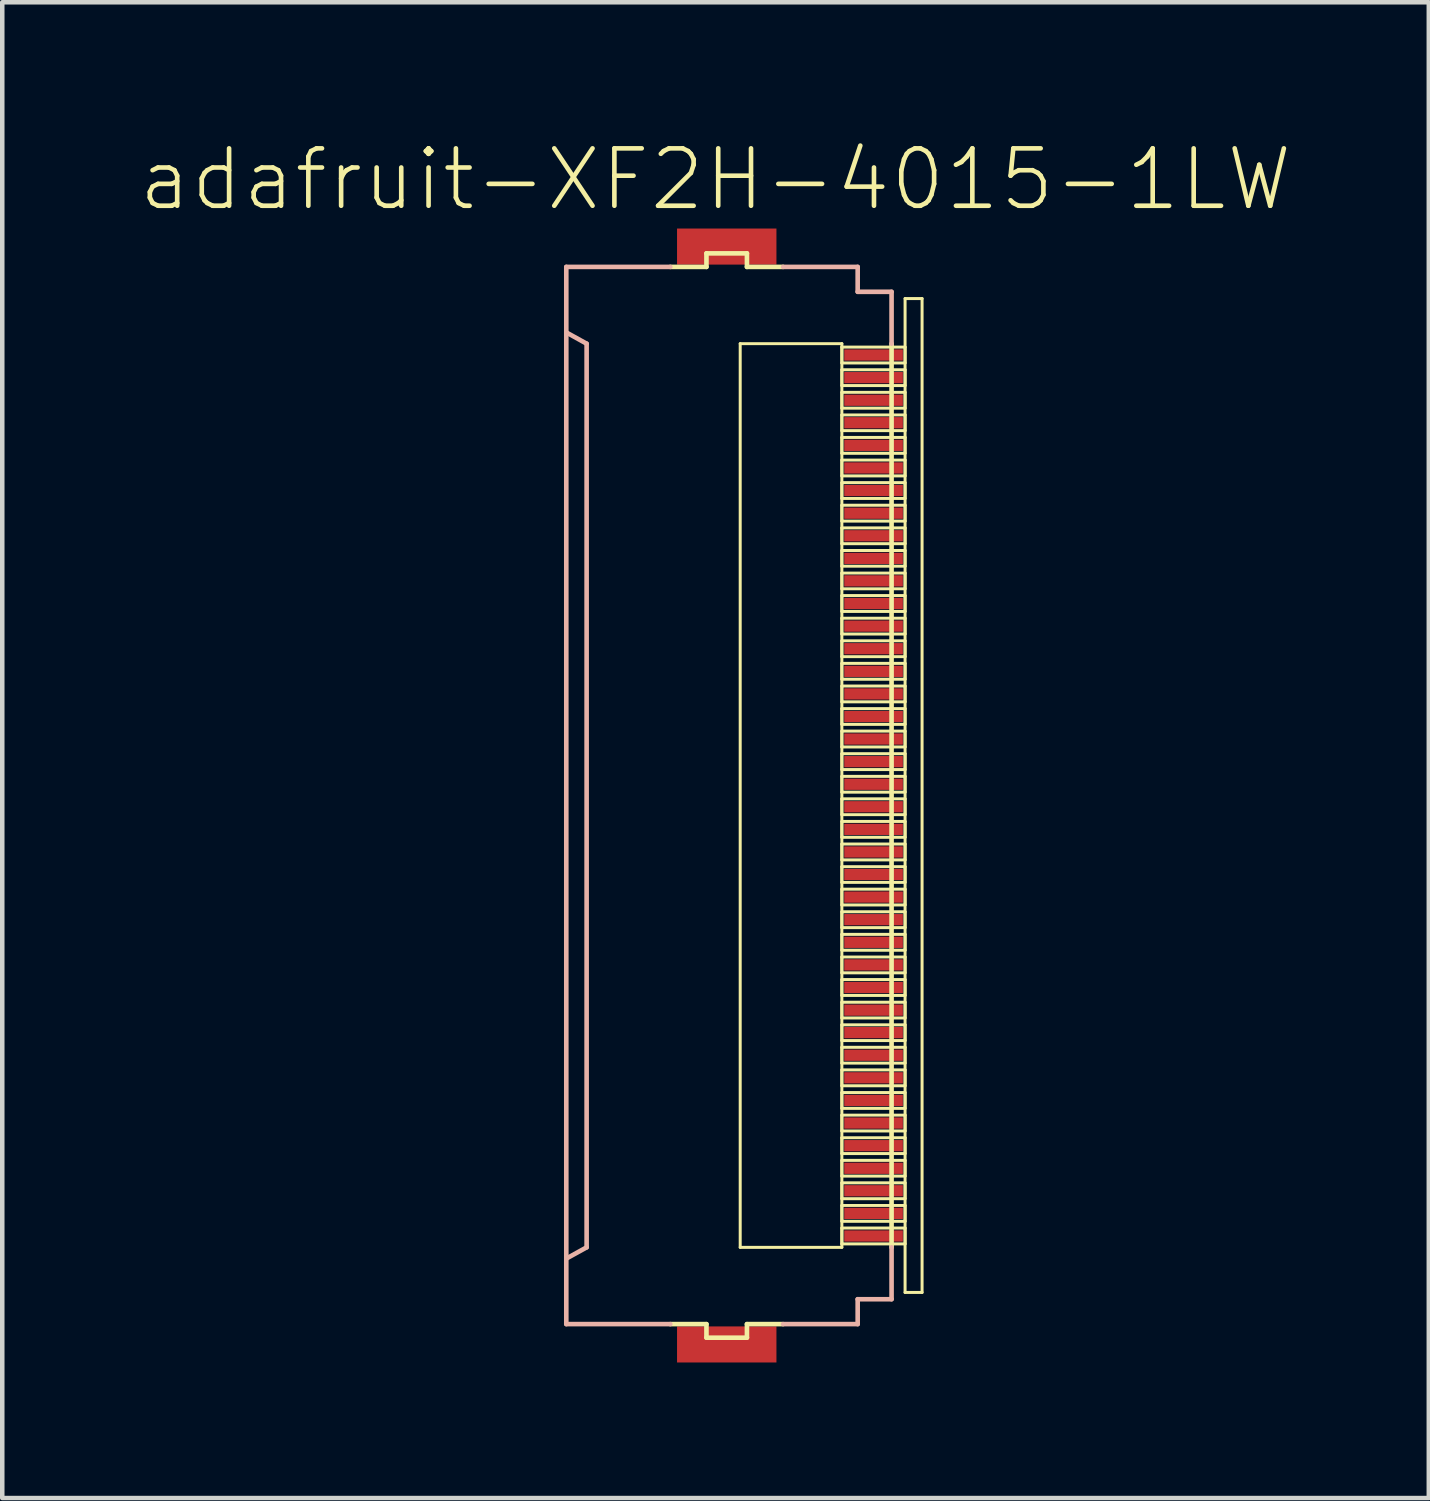
<source format=kicad_pcb>
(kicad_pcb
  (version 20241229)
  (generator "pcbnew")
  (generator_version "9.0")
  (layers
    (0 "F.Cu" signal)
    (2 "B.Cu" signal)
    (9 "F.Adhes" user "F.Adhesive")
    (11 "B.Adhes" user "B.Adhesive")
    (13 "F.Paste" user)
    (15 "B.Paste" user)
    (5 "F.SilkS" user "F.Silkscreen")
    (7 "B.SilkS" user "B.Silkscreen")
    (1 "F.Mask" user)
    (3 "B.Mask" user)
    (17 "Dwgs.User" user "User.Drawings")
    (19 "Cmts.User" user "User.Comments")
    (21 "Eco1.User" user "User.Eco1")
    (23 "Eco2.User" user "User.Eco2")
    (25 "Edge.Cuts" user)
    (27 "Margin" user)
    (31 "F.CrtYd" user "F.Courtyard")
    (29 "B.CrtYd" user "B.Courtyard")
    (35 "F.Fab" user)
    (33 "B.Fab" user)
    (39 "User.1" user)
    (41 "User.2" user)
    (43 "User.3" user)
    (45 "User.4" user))
  (footprint "adafruit-XF2H-4015-1LW"
    (layer "F.Cu")
    (at 13.108 14.556)
    (property "Reference" "adafruit-XF2H-4015-1LW" (at -0.323 -13.635 0) (layer "F.SilkS") (effects (font (size 1.27 1.27) (thickness 0.102))))
    (attr smd)
    (fp_line (start -1.323 -11.699) (end -0.523 -11.699) (stroke (width 0.102) (type solid)) (layer "F.SilkS"))
    (fp_line (start -0.523 -11.999) (end 0.373 -11.999) (stroke (width 0.102) (type solid)) (layer "F.SilkS"))
    (fp_line (start -0.523 -11.699) (end -0.523 -11.999) (stroke (width 0.102) (type solid)) (layer "F.SilkS"))
    (fp_line (start -0.523 11.699) (end -1.323 11.699) (stroke (width 0.102) (type solid)) (layer "F.SilkS"))
    (fp_line (start -0.523 11.999) (end -0.523 11.699) (stroke (width 0.102) (type solid)) (layer "F.SilkS"))
    (fp_line (start 0.224 -10) (end 2.474 -10) (stroke (width 0.066) (type solid)) (layer "F.SilkS"))
    (fp_line (start 0.224 10) (end 0.224 -10) (stroke (width 0.066) (type solid)) (layer "F.SilkS"))
    (fp_line (start 0.224 10) (end 2.474 10) (stroke (width 0.066) (type solid)) (layer "F.SilkS"))
    (fp_line (start 0.373 -11.999) (end 0.373 -11.699) (stroke (width 0.102) (type solid)) (layer "F.SilkS"))
    (fp_line (start 0.373 -11.699) (end 1.173 -11.699) (stroke (width 0.102) (type solid)) (layer "F.SilkS"))
    (fp_line (start 0.373 11.699) (end 0.373 11.999) (stroke (width 0.102) (type solid)) (layer "F.SilkS"))
    (fp_line (start 0.373 11.999) (end -0.523 11.999) (stroke (width 0.102) (type solid)) (layer "F.SilkS"))
    (fp_line (start 1.173 11.699) (end 0.373 11.699) (stroke (width 0.102) (type solid)) (layer "F.SilkS"))
    (fp_line (start 2.474 -9.924) (end 3.873 -9.924) (stroke (width 0.066) (type solid)) (layer "F.SilkS"))
    (fp_line (start 2.474 -9.573) (end 2.474 -9.924) (stroke (width 0.066) (type solid)) (layer "F.SilkS"))
    (fp_line (start 2.474 -9.573) (end 3.873 -9.573) (stroke (width 0.066) (type solid)) (layer "F.SilkS"))
    (fp_line (start 2.474 -9.423) (end 3.873 -9.423) (stroke (width 0.066) (type solid)) (layer "F.SilkS"))
    (fp_line (start 2.474 -9.073) (end 2.474 -9.423) (stroke (width 0.066) (type solid)) (layer "F.SilkS"))
    (fp_line (start 2.474 -9.073) (end 3.873 -9.073) (stroke (width 0.066) (type solid)) (layer "F.SilkS"))
    (fp_line (start 2.474 -8.923) (end 3.873 -8.923) (stroke (width 0.066) (type solid)) (layer "F.SilkS"))
    (fp_line (start 2.474 -8.572) (end 2.474 -8.923) (stroke (width 0.066) (type solid)) (layer "F.SilkS"))
    (fp_line (start 2.474 -8.572) (end 3.873 -8.572) (stroke (width 0.066) (type solid)) (layer "F.SilkS"))
    (fp_line (start 2.474 -8.423) (end 3.873 -8.423) (stroke (width 0.066) (type solid)) (layer "F.SilkS"))
    (fp_line (start 2.474 -8.075) (end 2.474 -8.423) (stroke (width 0.066) (type solid)) (layer "F.SilkS"))
    (fp_line (start 2.474 -8.075) (end 3.873 -8.075) (stroke (width 0.066) (type solid)) (layer "F.SilkS"))
    (fp_line (start 2.474 -7.925) (end 3.873 -7.925) (stroke (width 0.066) (type solid)) (layer "F.SilkS"))
    (fp_line (start 2.474 -7.574) (end 2.474 -7.925) (stroke (width 0.066) (type solid)) (layer "F.SilkS"))
    (fp_line (start 2.474 -7.574) (end 3.873 -7.574) (stroke (width 0.066) (type solid)) (layer "F.SilkS"))
    (fp_line (start 2.474 -7.424) (end 3.873 -7.424) (stroke (width 0.066) (type solid)) (layer "F.SilkS"))
    (fp_line (start 2.474 -7.074) (end 2.474 -7.424) (stroke (width 0.066) (type solid)) (layer "F.SilkS"))
    (fp_line (start 2.474 -7.074) (end 3.873 -7.074) (stroke (width 0.066) (type solid)) (layer "F.SilkS"))
    (fp_line (start 2.474 -6.924) (end 3.873 -6.924) (stroke (width 0.066) (type solid)) (layer "F.SilkS"))
    (fp_line (start 2.474 -6.574) (end 2.474 -6.924) (stroke (width 0.066) (type solid)) (layer "F.SilkS"))
    (fp_line (start 2.474 -6.574) (end 3.873 -6.574) (stroke (width 0.066) (type solid)) (layer "F.SilkS"))
    (fp_line (start 2.474 -6.424) (end 3.873 -6.424) (stroke (width 0.066) (type solid)) (layer "F.SilkS"))
    (fp_line (start 2.474 -6.073) (end 2.474 -6.424) (stroke (width 0.066) (type solid)) (layer "F.SilkS"))
    (fp_line (start 2.474 -6.073) (end 3.873 -6.073) (stroke (width 0.066) (type solid)) (layer "F.SilkS"))
    (fp_line (start 2.474 -5.923) (end 3.873 -5.923) (stroke (width 0.066) (type solid)) (layer "F.SilkS"))
    (fp_line (start 2.474 -5.573) (end 2.474 -5.923) (stroke (width 0.066) (type solid)) (layer "F.SilkS"))
    (fp_line (start 2.474 -5.573) (end 3.873 -5.573) (stroke (width 0.066) (type solid)) (layer "F.SilkS"))
    (fp_line (start 2.474 -5.423) (end 3.873 -5.423) (stroke (width 0.066) (type solid)) (layer "F.SilkS"))
    (fp_line (start 2.474 -5.075) (end 2.474 -5.423) (stroke (width 0.066) (type solid)) (layer "F.SilkS"))
    (fp_line (start 2.474 -5.075) (end 3.873 -5.075) (stroke (width 0.066) (type solid)) (layer "F.SilkS"))
    (fp_line (start 2.474 -4.923) (end 3.873 -4.923) (stroke (width 0.066) (type solid)) (layer "F.SilkS"))
    (fp_line (start 2.474 -4.575) (end 2.474 -4.923) (stroke (width 0.066) (type solid)) (layer "F.SilkS"))
    (fp_line (start 2.474 -4.575) (end 3.873 -4.575) (stroke (width 0.066) (type solid)) (layer "F.SilkS"))
    (fp_line (start 2.474 -4.425) (end 3.873 -4.425) (stroke (width 0.066) (type solid)) (layer "F.SilkS"))
    (fp_line (start 2.474 -4.074) (end 2.474 -4.425) (stroke (width 0.066) (type solid)) (layer "F.SilkS"))
    (fp_line (start 2.474 -4.074) (end 3.873 -4.074) (stroke (width 0.066) (type solid)) (layer "F.SilkS"))
    (fp_line (start 2.474 -3.924) (end 3.873 -3.924) (stroke (width 0.066) (type solid)) (layer "F.SilkS"))
    (fp_line (start 2.474 -3.574) (end 2.474 -3.924) (stroke (width 0.066) (type solid)) (layer "F.SilkS"))
    (fp_line (start 2.474 -3.574) (end 3.873 -3.574) (stroke (width 0.066) (type solid)) (layer "F.SilkS"))
    (fp_line (start 2.474 -3.424) (end 3.873 -3.424) (stroke (width 0.066) (type solid)) (layer "F.SilkS"))
    (fp_line (start 2.474 -3.073) (end 2.474 -3.424) (stroke (width 0.066) (type solid)) (layer "F.SilkS"))
    (fp_line (start 2.474 -3.073) (end 3.873 -3.073) (stroke (width 0.066) (type solid)) (layer "F.SilkS"))
    (fp_line (start 2.474 -2.924) (end 3.873 -2.924) (stroke (width 0.066) (type solid)) (layer "F.SilkS"))
    (fp_line (start 2.474 -2.573) (end 2.474 -2.924) (stroke (width 0.066) (type solid)) (layer "F.SilkS"))
    (fp_line (start 2.474 -2.573) (end 3.873 -2.573) (stroke (width 0.066) (type solid)) (layer "F.SilkS"))
    (fp_line (start 2.474 -2.423) (end 3.873 -2.423) (stroke (width 0.066) (type solid)) (layer "F.SilkS"))
    (fp_line (start 2.474 -2.073) (end 2.474 -2.423) (stroke (width 0.066) (type solid)) (layer "F.SilkS"))
    (fp_line (start 2.474 -2.073) (end 3.873 -2.073) (stroke (width 0.066) (type solid)) (layer "F.SilkS"))
    (fp_line (start 2.474 -1.923) (end 3.873 -1.923) (stroke (width 0.066) (type solid)) (layer "F.SilkS"))
    (fp_line (start 2.474 -1.575) (end 2.474 -1.923) (stroke (width 0.066) (type solid)) (layer "F.SilkS"))
    (fp_line (start 2.474 -1.575) (end 3.873 -1.575) (stroke (width 0.066) (type solid)) (layer "F.SilkS"))
    (fp_line (start 2.474 -1.425) (end 3.873 -1.425) (stroke (width 0.066) (type solid)) (layer "F.SilkS"))
    (fp_line (start 2.474 -1.074) (end 2.474 -1.425) (stroke (width 0.066) (type solid)) (layer "F.SilkS"))
    (fp_line (start 2.474 -1.074) (end 3.873 -1.074) (stroke (width 0.066) (type solid)) (layer "F.SilkS"))
    (fp_line (start 2.474 -0.925) (end 3.873 -0.925) (stroke (width 0.066) (type solid)) (layer "F.SilkS"))
    (fp_line (start 2.474 -0.574) (end 2.474 -0.925) (stroke (width 0.066) (type solid)) (layer "F.SilkS"))
    (fp_line (start 2.474 -0.574) (end 3.873 -0.574) (stroke (width 0.066) (type solid)) (layer "F.SilkS"))
    (fp_line (start 2.474 -0.424) (end 3.873 -0.424) (stroke (width 0.066) (type solid)) (layer "F.SilkS"))
    (fp_line (start 2.474 -0.074) (end 2.474 -0.424) (stroke (width 0.066) (type solid)) (layer "F.SilkS"))
    (fp_line (start 2.474 -0.074) (end 3.873 -0.074) (stroke (width 0.066) (type solid)) (layer "F.SilkS"))
    (fp_line (start 2.474 0.074) (end 3.873 0.074) (stroke (width 0.066) (type solid)) (layer "F.SilkS"))
    (fp_line (start 2.474 0.424) (end 2.474 0.074) (stroke (width 0.066) (type solid)) (layer "F.SilkS"))
    (fp_line (start 2.474 0.424) (end 3.873 0.424) (stroke (width 0.066) (type solid)) (layer "F.SilkS"))
    (fp_line (start 2.474 0.574) (end 3.873 0.574) (stroke (width 0.066) (type solid)) (layer "F.SilkS"))
    (fp_line (start 2.474 0.925) (end 2.474 0.574) (stroke (width 0.066) (type solid)) (layer "F.SilkS"))
    (fp_line (start 2.474 0.925) (end 3.873 0.925) (stroke (width 0.066) (type solid)) (layer "F.SilkS"))
    (fp_line (start 2.474 1.074) (end 3.873 1.074) (stroke (width 0.066) (type solid)) (layer "F.SilkS"))
    (fp_line (start 2.474 1.425) (end 2.474 1.074) (stroke (width 0.066) (type solid)) (layer "F.SilkS"))
    (fp_line (start 2.474 1.425) (end 3.873 1.425) (stroke (width 0.066) (type solid)) (layer "F.SilkS"))
    (fp_line (start 2.474 1.575) (end 3.873 1.575) (stroke (width 0.066) (type solid)) (layer "F.SilkS"))
    (fp_line (start 2.474 1.923) (end 2.474 1.575) (stroke (width 0.066) (type solid)) (layer "F.SilkS"))
    (fp_line (start 2.474 1.923) (end 3.873 1.923) (stroke (width 0.066) (type solid)) (layer "F.SilkS"))
    (fp_line (start 2.474 2.073) (end 3.873 2.073) (stroke (width 0.066) (type solid)) (layer "F.SilkS"))
    (fp_line (start 2.474 2.423) (end 2.474 2.073) (stroke (width 0.066) (type solid)) (layer "F.SilkS"))
    (fp_line (start 2.474 2.423) (end 3.873 2.423) (stroke (width 0.066) (type solid)) (layer "F.SilkS"))
    (fp_line (start 2.474 2.573) (end 3.873 2.573) (stroke (width 0.066) (type solid)) (layer "F.SilkS"))
    (fp_line (start 2.474 2.924) (end 2.474 2.573) (stroke (width 0.066) (type solid)) (layer "F.SilkS"))
    (fp_line (start 2.474 2.924) (end 3.873 2.924) (stroke (width 0.066) (type solid)) (layer "F.SilkS"))
    (fp_line (start 2.474 3.073) (end 3.873 3.073) (stroke (width 0.066) (type solid)) (layer "F.SilkS"))
    (fp_line (start 2.474 3.424) (end 2.474 3.073) (stroke (width 0.066) (type solid)) (layer "F.SilkS"))
    (fp_line (start 2.474 3.424) (end 3.873 3.424) (stroke (width 0.066) (type solid)) (layer "F.SilkS"))
    (fp_line (start 2.474 3.574) (end 3.873 3.574) (stroke (width 0.066) (type solid)) (layer "F.SilkS"))
    (fp_line (start 2.474 3.924) (end 2.474 3.574) (stroke (width 0.066) (type solid)) (layer "F.SilkS"))
    (fp_line (start 2.474 3.924) (end 3.873 3.924) (stroke (width 0.066) (type solid)) (layer "F.SilkS"))
    (fp_line (start 2.474 4.074) (end 3.873 4.074) (stroke (width 0.066) (type solid)) (layer "F.SilkS"))
    (fp_line (start 2.474 4.425) (end 2.474 4.074) (stroke (width 0.066) (type solid)) (layer "F.SilkS"))
    (fp_line (start 2.474 4.425) (end 3.873 4.425) (stroke (width 0.066) (type solid)) (layer "F.SilkS"))
    (fp_line (start 2.474 4.575) (end 3.873 4.575) (stroke (width 0.066) (type solid)) (layer "F.SilkS"))
    (fp_line (start 2.474 4.923) (end 2.474 4.575) (stroke (width 0.066) (type solid)) (layer "F.SilkS"))
    (fp_line (start 2.474 4.923) (end 3.873 4.923) (stroke (width 0.066) (type solid)) (layer "F.SilkS"))
    (fp_line (start 2.474 5.075) (end 3.873 5.075) (stroke (width 0.066) (type solid)) (layer "F.SilkS"))
    (fp_line (start 2.474 5.423) (end 2.474 5.075) (stroke (width 0.066) (type solid)) (layer "F.SilkS"))
    (fp_line (start 2.474 5.423) (end 3.873 5.423) (stroke (width 0.066) (type solid)) (layer "F.SilkS"))
    (fp_line (start 2.474 5.573) (end 3.873 5.573) (stroke (width 0.066) (type solid)) (layer "F.SilkS"))
    (fp_line (start 2.474 5.923) (end 2.474 5.573) (stroke (width 0.066) (type solid)) (layer "F.SilkS"))
    (fp_line (start 2.474 5.923) (end 3.873 5.923) (stroke (width 0.066) (type solid)) (layer "F.SilkS"))
    (fp_line (start 2.474 6.073) (end 3.873 6.073) (stroke (width 0.066) (type solid)) (layer "F.SilkS"))
    (fp_line (start 2.474 6.424) (end 2.474 6.073) (stroke (width 0.066) (type solid)) (layer "F.SilkS"))
    (fp_line (start 2.474 6.424) (end 3.873 6.424) (stroke (width 0.066) (type solid)) (layer "F.SilkS"))
    (fp_line (start 2.474 6.574) (end 3.873 6.574) (stroke (width 0.066) (type solid)) (layer "F.SilkS"))
    (fp_line (start 2.474 6.924) (end 2.474 6.574) (stroke (width 0.066) (type solid)) (layer "F.SilkS"))
    (fp_line (start 2.474 6.924) (end 3.873 6.924) (stroke (width 0.066) (type solid)) (layer "F.SilkS"))
    (fp_line (start 2.474 7.074) (end 3.873 7.074) (stroke (width 0.066) (type solid)) (layer "F.SilkS"))
    (fp_line (start 2.474 7.424) (end 2.474 7.074) (stroke (width 0.066) (type solid)) (layer "F.SilkS"))
    (fp_line (start 2.474 7.424) (end 3.873 7.424) (stroke (width 0.066) (type solid)) (layer "F.SilkS"))
    (fp_line (start 2.474 7.574) (end 3.873 7.574) (stroke (width 0.066) (type solid)) (layer "F.SilkS"))
    (fp_line (start 2.474 7.925) (end 2.474 7.574) (stroke (width 0.066) (type solid)) (layer "F.SilkS"))
    (fp_line (start 2.474 7.925) (end 3.873 7.925) (stroke (width 0.066) (type solid)) (layer "F.SilkS"))
    (fp_line (start 2.474 8.075) (end 3.873 8.075) (stroke (width 0.066) (type solid)) (layer "F.SilkS"))
    (fp_line (start 2.474 8.423) (end 2.474 8.075) (stroke (width 0.066) (type solid)) (layer "F.SilkS"))
    (fp_line (start 2.474 8.423) (end 3.873 8.423) (stroke (width 0.066) (type solid)) (layer "F.SilkS"))
    (fp_line (start 2.474 8.572) (end 3.873 8.572) (stroke (width 0.066) (type solid)) (layer "F.SilkS"))
    (fp_line (start 2.474 8.923) (end 2.474 8.572) (stroke (width 0.066) (type solid)) (layer "F.SilkS"))
    (fp_line (start 2.474 8.923) (end 3.873 8.923) (stroke (width 0.066) (type solid)) (layer "F.SilkS"))
    (fp_line (start 2.474 9.073) (end 3.873 9.073) (stroke (width 0.066) (type solid)) (layer "F.SilkS"))
    (fp_line (start 2.474 9.423) (end 2.474 9.073) (stroke (width 0.066) (type solid)) (layer "F.SilkS"))
    (fp_line (start 2.474 9.423) (end 3.873 9.423) (stroke (width 0.066) (type solid)) (layer "F.SilkS"))
    (fp_line (start 2.474 9.573) (end 3.873 9.573) (stroke (width 0.066) (type solid)) (layer "F.SilkS"))
    (fp_line (start 2.474 9.924) (end 2.474 9.573) (stroke (width 0.066) (type solid)) (layer "F.SilkS"))
    (fp_line (start 2.474 9.924) (end 3.873 9.924) (stroke (width 0.066) (type solid)) (layer "F.SilkS"))
    (fp_line (start 2.474 10) (end 2.474 -10) (stroke (width 0.066) (type solid)) (layer "F.SilkS"))
    (fp_line (start 3.574 -10) (end 3.574 10) (stroke (width 0.102) (type solid)) (layer "F.SilkS"))
    (fp_line (start 3.873 -10.998) (end 4.249 -10.998) (stroke (width 0.066) (type solid)) (layer "F.SilkS"))
    (fp_line (start 3.873 -9.573) (end 3.873 -9.924) (stroke (width 0.066) (type solid)) (layer "F.SilkS"))
    (fp_line (start 3.873 -9.073) (end 3.873 -9.423) (stroke (width 0.066) (type solid)) (layer "F.SilkS"))
    (fp_line (start 3.873 -8.572) (end 3.873 -8.923) (stroke (width 0.066) (type solid)) (layer "F.SilkS"))
    (fp_line (start 3.873 -8.075) (end 3.873 -8.423) (stroke (width 0.066) (type solid)) (layer "F.SilkS"))
    (fp_line (start 3.873 -7.574) (end 3.873 -7.925) (stroke (width 0.066) (type solid)) (layer "F.SilkS"))
    (fp_line (start 3.873 -7.074) (end 3.873 -7.424) (stroke (width 0.066) (type solid)) (layer "F.SilkS"))
    (fp_line (start 3.873 -6.574) (end 3.873 -6.924) (stroke (width 0.066) (type solid)) (layer "F.SilkS"))
    (fp_line (start 3.873 -6.073) (end 3.873 -6.424) (stroke (width 0.066) (type solid)) (layer "F.SilkS"))
    (fp_line (start 3.873 -5.573) (end 3.873 -5.923) (stroke (width 0.066) (type solid)) (layer "F.SilkS"))
    (fp_line (start 3.873 -5.075) (end 3.873 -5.423) (stroke (width 0.066) (type solid)) (layer "F.SilkS"))
    (fp_line (start 3.873 -4.575) (end 3.873 -4.923) (stroke (width 0.066) (type solid)) (layer "F.SilkS"))
    (fp_line (start 3.873 -4.074) (end 3.873 -4.425) (stroke (width 0.066) (type solid)) (layer "F.SilkS"))
    (fp_line (start 3.873 -3.574) (end 3.873 -3.924) (stroke (width 0.066) (type solid)) (layer "F.SilkS"))
    (fp_line (start 3.873 -3.073) (end 3.873 -3.424) (stroke (width 0.066) (type solid)) (layer "F.SilkS"))
    (fp_line (start 3.873 -2.573) (end 3.873 -2.924) (stroke (width 0.066) (type solid)) (layer "F.SilkS"))
    (fp_line (start 3.873 -2.073) (end 3.873 -2.423) (stroke (width 0.066) (type solid)) (layer "F.SilkS"))
    (fp_line (start 3.873 -1.575) (end 3.873 -1.923) (stroke (width 0.066) (type solid)) (layer "F.SilkS"))
    (fp_line (start 3.873 -1.074) (end 3.873 -1.425) (stroke (width 0.066) (type solid)) (layer "F.SilkS"))
    (fp_line (start 3.873 -0.574) (end 3.873 -0.925) (stroke (width 0.066) (type solid)) (layer "F.SilkS"))
    (fp_line (start 3.873 -0.074) (end 3.873 -0.424) (stroke (width 0.066) (type solid)) (layer "F.SilkS"))
    (fp_line (start 3.873 0.424) (end 3.873 0.074) (stroke (width 0.066) (type solid)) (layer "F.SilkS"))
    (fp_line (start 3.873 0.925) (end 3.873 0.574) (stroke (width 0.066) (type solid)) (layer "F.SilkS"))
    (fp_line (start 3.873 1.425) (end 3.873 1.074) (stroke (width 0.066) (type solid)) (layer "F.SilkS"))
    (fp_line (start 3.873 1.923) (end 3.873 1.575) (stroke (width 0.066) (type solid)) (layer "F.SilkS"))
    (fp_line (start 3.873 2.423) (end 3.873 2.073) (stroke (width 0.066) (type solid)) (layer "F.SilkS"))
    (fp_line (start 3.873 2.924) (end 3.873 2.573) (stroke (width 0.066) (type solid)) (layer "F.SilkS"))
    (fp_line (start 3.873 3.424) (end 3.873 3.073) (stroke (width 0.066) (type solid)) (layer "F.SilkS"))
    (fp_line (start 3.873 3.924) (end 3.873 3.574) (stroke (width 0.066) (type solid)) (layer "F.SilkS"))
    (fp_line (start 3.873 4.425) (end 3.873 4.074) (stroke (width 0.066) (type solid)) (layer "F.SilkS"))
    (fp_line (start 3.873 4.923) (end 3.873 4.575) (stroke (width 0.066) (type solid)) (layer "F.SilkS"))
    (fp_line (start 3.873 5.423) (end 3.873 5.075) (stroke (width 0.066) (type solid)) (layer "F.SilkS"))
    (fp_line (start 3.873 5.923) (end 3.873 5.573) (stroke (width 0.066) (type solid)) (layer "F.SilkS"))
    (fp_line (start 3.873 6.424) (end 3.873 6.073) (stroke (width 0.066) (type solid)) (layer "F.SilkS"))
    (fp_line (start 3.873 6.924) (end 3.873 6.574) (stroke (width 0.066) (type solid)) (layer "F.SilkS"))
    (fp_line (start 3.873 7.424) (end 3.873 7.074) (stroke (width 0.066) (type solid)) (layer "F.SilkS"))
    (fp_line (start 3.873 7.925) (end 3.873 7.574) (stroke (width 0.066) (type solid)) (layer "F.SilkS"))
    (fp_line (start 3.873 8.423) (end 3.873 8.075) (stroke (width 0.066) (type solid)) (layer "F.SilkS"))
    (fp_line (start 3.873 8.923) (end 3.873 8.572) (stroke (width 0.066) (type solid)) (layer "F.SilkS"))
    (fp_line (start 3.873 9.423) (end 3.873 9.073) (stroke (width 0.066) (type solid)) (layer "F.SilkS"))
    (fp_line (start 3.873 9.924) (end 3.873 9.573) (stroke (width 0.066) (type solid)) (layer "F.SilkS"))
    (fp_line (start 3.873 10.998) (end 3.873 -10.998) (stroke (width 0.066) (type solid)) (layer "F.SilkS"))
    (fp_line (start 3.873 10.998) (end 4.249 10.998) (stroke (width 0.066) (type solid)) (layer "F.SilkS"))
    (fp_line (start 4.249 10.998) (end 4.249 -10.998) (stroke (width 0.066) (type solid)) (layer "F.SilkS"))
    (fp_line (start -3.625 -11.699) (end -1.323 -11.699) (stroke (width 0.102) (type solid)) (layer "B.SilkS"))
    (fp_line (start -3.625 -10.249) (end -3.625 -11.699) (stroke (width 0.102) (type solid)) (layer "B.SilkS"))
    (fp_line (start -3.625 -10.249) (end -3.625 10.249) (stroke (width 0.102) (type solid)) (layer "B.SilkS"))
    (fp_line (start -3.625 10.249) (end -3.175 10) (stroke (width 0.102) (type solid)) (layer "B.SilkS"))
    (fp_line (start -3.625 11.699) (end -3.625 10.249) (stroke (width 0.102) (type solid)) (layer "B.SilkS"))
    (fp_line (start -3.175 -10) (end -3.625 -10.249) (stroke (width 0.102) (type solid)) (layer "B.SilkS"))
    (fp_line (start -3.175 10) (end -3.175 -10) (stroke (width 0.102) (type solid)) (layer "B.SilkS"))
    (fp_line (start -1.323 11.699) (end -3.625 11.699) (stroke (width 0.102) (type solid)) (layer "B.SilkS"))
    (fp_line (start 1.173 -11.699) (end 2.824 -11.699) (stroke (width 0.102) (type solid)) (layer "B.SilkS"))
    (fp_line (start 1.173 11.699) (end 2.824 11.699) (stroke (width 0.102) (type solid)) (layer "B.SilkS"))
    (fp_line (start 2.824 -11.699) (end 2.824 -11.148) (stroke (width 0.102) (type solid)) (layer "B.SilkS"))
    (fp_line (start 2.824 -11.148) (end 3.574 -11.148) (stroke (width 0.102) (type solid)) (layer "B.SilkS"))
    (fp_line (start 2.824 11.148) (end 2.824 11.699) (stroke (width 0.102) (type solid)) (layer "B.SilkS"))
    (fp_line (start 2.824 11.148) (end 3.574 11.148) (stroke (width 0.102) (type solid)) (layer "B.SilkS"))
    (fp_line (start 3.574 -11.148) (end 3.574 -10) (stroke (width 0.102) (type solid)) (layer "B.SilkS"))
    (fp_line (start 3.574 10) (end 3.574 11.148) (stroke (width 0.102) (type solid)) (layer "B.SilkS"))
    (pad "1" smd rect (at 3.175 -9.749) (size 1.298 0.249) (layers "F.Cu" "F.Mask" "F.Paste"))
    (pad "2" smd rect (at 3.175 -9.248) (size 1.298 0.249) (layers "F.Cu" "F.Mask" "F.Paste"))
    (pad "3" smd rect (at 3.175 -8.748) (size 1.298 0.249) (layers "F.Cu" "F.Mask" "F.Paste"))
    (pad "4" smd rect (at 3.175 -8.25) (size 1.298 0.249) (layers "F.Cu" "F.Mask" "F.Paste"))
    (pad "5" smd rect (at 3.175 -7.75) (size 1.298 0.249) (layers "F.Cu" "F.Mask" "F.Paste"))
    (pad "6" smd rect (at 3.175 -7.249) (size 1.298 0.249) (layers "F.Cu" "F.Mask" "F.Paste"))
    (pad "7" smd rect (at 3.175 -6.749) (size 1.298 0.249) (layers "F.Cu" "F.Mask" "F.Paste"))
    (pad "8" smd rect (at 3.175 -6.248) (size 1.298 0.249) (layers "F.Cu" "F.Mask" "F.Paste"))
    (pad "9" smd rect (at 3.175 -5.748) (size 1.298 0.249) (layers "F.Cu" "F.Mask" "F.Paste"))
    (pad "10" smd rect (at 3.175 -5.248) (size 1.298 0.249) (layers "F.Cu" "F.Mask" "F.Paste"))
    (pad "11" smd rect (at 3.175 -4.75) (size 1.298 0.249) (layers "F.Cu" "F.Mask" "F.Paste"))
    (pad "12" smd rect (at 3.175 -4.249) (size 1.298 0.249) (layers "F.Cu" "F.Mask" "F.Paste"))
    (pad "13" smd rect (at 3.175 -3.749) (size 1.298 0.249) (layers "F.Cu" "F.Mask" "F.Paste"))
    (pad "14" smd rect (at 3.175 -3.249) (size 1.298 0.249) (layers "F.Cu" "F.Mask" "F.Paste"))
    (pad "15" smd rect (at 3.175 -2.748) (size 1.298 0.249) (layers "F.Cu" "F.Mask" "F.Paste"))
    (pad "16" smd rect (at 3.175 -2.248) (size 1.298 0.249) (layers "F.Cu" "F.Mask" "F.Paste"))
    (pad "17" smd rect (at 3.175 -1.748) (size 1.298 0.249) (layers "F.Cu" "F.Mask" "F.Paste"))
    (pad "18" smd rect (at 3.175 -1.25) (size 1.298 0.249) (layers "F.Cu" "F.Mask" "F.Paste"))
    (pad "19" smd rect (at 3.175 -0.749) (size 1.298 0.249) (layers "F.Cu" "F.Mask" "F.Paste"))
    (pad "20" smd rect (at 3.175 -0.249) (size 1.298 0.249) (layers "F.Cu" "F.Mask" "F.Paste"))
    (pad "21" smd rect (at 3.175 0.249) (size 1.298 0.249) (layers "F.Cu" "F.Mask" "F.Paste"))
    (pad "22" smd rect (at 3.175 0.749) (size 1.298 0.249) (layers "F.Cu" "F.Mask" "F.Paste"))
    (pad "23" smd rect (at 3.175 1.25) (size 1.298 0.249) (layers "F.Cu" "F.Mask" "F.Paste"))
    (pad "24" smd rect (at 3.175 1.748) (size 1.298 0.249) (layers "F.Cu" "F.Mask" "F.Paste"))
    (pad "25" smd rect (at 3.175 2.248) (size 1.298 0.249) (layers "F.Cu" "F.Mask" "F.Paste"))
    (pad "26" smd rect (at 3.175 2.748) (size 1.298 0.249) (layers "F.Cu" "F.Mask" "F.Paste"))
    (pad "27" smd rect (at 3.175 3.249) (size 1.298 0.249) (layers "F.Cu" "F.Mask" "F.Paste"))
    (pad "28" smd rect (at 3.175 3.749) (size 1.298 0.249) (layers "F.Cu" "F.Mask" "F.Paste"))
    (pad "29" smd rect (at 3.175 4.249) (size 1.298 0.249) (layers "F.Cu" "F.Mask" "F.Paste"))
    (pad "30" smd rect (at 3.175 4.75) (size 1.298 0.249) (layers "F.Cu" "F.Mask" "F.Paste"))
    (pad "31" smd rect (at 3.175 5.248) (size 1.298 0.249) (layers "F.Cu" "F.Mask" "F.Paste"))
    (pad "32" smd rect (at 3.175 5.748) (size 1.298 0.249) (layers "F.Cu" "F.Mask" "F.Paste"))
    (pad "33" smd rect (at 3.175 6.248) (size 1.298 0.249) (layers "F.Cu" "F.Mask" "F.Paste"))
    (pad "34" smd rect (at 3.175 6.749) (size 1.298 0.249) (layers "F.Cu" "F.Mask" "F.Paste"))
    (pad "35" smd rect (at 3.175 7.249) (size 1.298 0.249) (layers "F.Cu" "F.Mask" "F.Paste"))
    (pad "36" smd rect (at 3.175 7.75) (size 1.298 0.249) (layers "F.Cu" "F.Mask" "F.Paste"))
    (pad "37" smd rect (at 3.175 8.25) (size 1.298 0.249) (layers "F.Cu" "F.Mask" "F.Paste"))
    (pad "38" smd rect (at 3.175 8.748) (size 1.298 0.249) (layers "F.Cu" "F.Mask" "F.Paste"))
    (pad "39" smd rect (at 3.175 9.248) (size 1.298 0.249) (layers "F.Cu" "F.Mask" "F.Paste"))
    (pad "40" smd rect (at 3.175 9.749) (size 1.298 0.249) (layers "F.Cu" "F.Mask" "F.Paste"))
    (pad "M1" smd rect (at -0.074 -12.149) (size 2.2 0.798) (layers "F.Cu" "F.Mask" "F.Paste"))
    (pad "M2" smd rect (at -0.074 12.149) (size 2.2 0.798) (layers "F.Cu" "F.Mask" "F.Paste")))
  (gr_rect
    (start -3 -3)
    (end 28.572 30.104)
    (stroke (width 0.1) (type default))
    (fill no)
    (layer "Edge.Cuts")))
</source>
